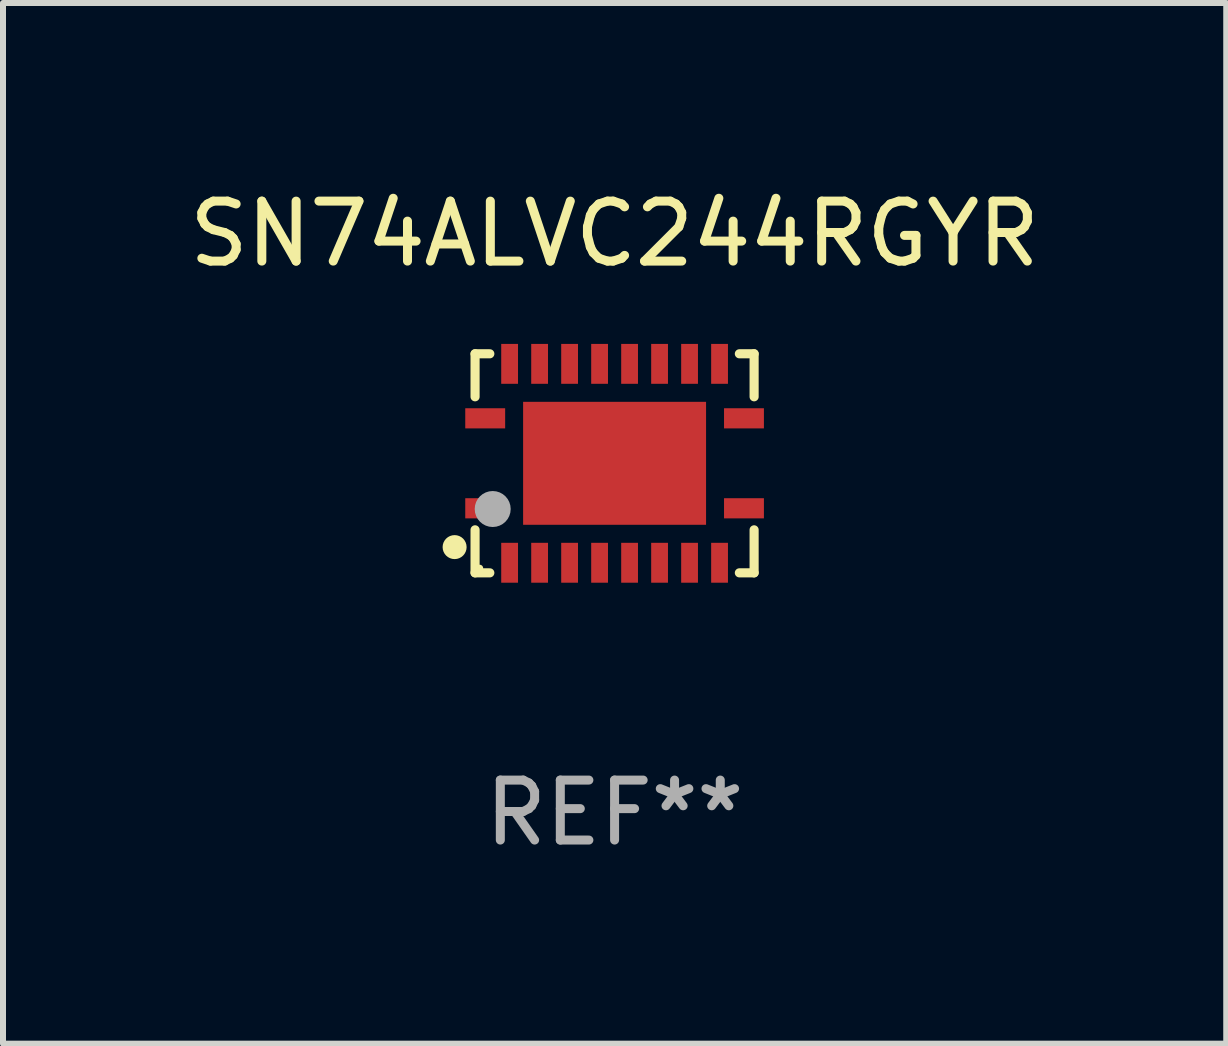
<source format=kicad_pcb>
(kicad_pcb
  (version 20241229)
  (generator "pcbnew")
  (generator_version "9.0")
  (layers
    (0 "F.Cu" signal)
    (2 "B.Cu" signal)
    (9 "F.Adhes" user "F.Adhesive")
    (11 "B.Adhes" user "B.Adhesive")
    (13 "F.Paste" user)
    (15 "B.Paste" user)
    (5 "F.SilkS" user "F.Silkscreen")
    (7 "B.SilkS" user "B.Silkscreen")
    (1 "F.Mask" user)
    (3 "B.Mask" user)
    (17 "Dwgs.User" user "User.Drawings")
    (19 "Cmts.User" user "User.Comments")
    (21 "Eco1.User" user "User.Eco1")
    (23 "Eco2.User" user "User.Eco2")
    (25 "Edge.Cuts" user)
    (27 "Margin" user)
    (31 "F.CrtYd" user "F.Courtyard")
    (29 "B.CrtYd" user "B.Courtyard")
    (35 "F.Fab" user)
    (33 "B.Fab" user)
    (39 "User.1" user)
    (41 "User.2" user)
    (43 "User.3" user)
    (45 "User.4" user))
  (footprint "SN74ALVC244RGYR"
    (layer "F.Cu")
    (at 7.196 4.674)
    (property "Reference" "SN74ALVC244RGYR" (at 0 -3.826 0) (layer "F.SilkS") (effects (font (size 1 1) (thickness 0.15))))
    (attr through_hole)
    (fp_line (start -2.326 -1.826) (end -2.08 -1.826) (stroke (width 0.152) (type solid)) (layer "F.SilkS"))
    (fp_line (start -2.326 -1.109) (end -2.326 -1.826) (stroke (width 0.152) (type solid)) (layer "F.SilkS"))
    (fp_line (start -2.326 1.109) (end -2.326 1.826) (stroke (width 0.152) (type solid)) (layer "F.SilkS"))
    (fp_line (start -2.326 1.826) (end -2.08 1.826) (stroke (width 0.152) (type solid)) (layer "F.SilkS"))
    (fp_line (start 2.326 -1.826) (end 2.08 -1.826) (stroke (width 0.152) (type solid)) (layer "F.SilkS"))
    (fp_line (start 2.326 -1.109) (end 2.326 -1.826) (stroke (width 0.152) (type solid)) (layer "F.SilkS"))
    (fp_line (start 2.326 1.109) (end 2.326 1.826) (stroke (width 0.152) (type solid)) (layer "F.SilkS"))
    (fp_line (start 2.326 1.826) (end 2.08 1.826) (stroke (width 0.152) (type solid)) (layer "F.SilkS"))
    (fp_circle (center -2.667 1.397) (end -2.567 1.397) (stroke (width 0.2) (type solid)) (fill no) (layer "F.SilkS"))
    (fp_circle (center -2.25 1.75) (end -2.22 1.75) (stroke (width 0.06) (type solid)) (fill no) (layer "F.SilkS"))
    (fp_circle (center -2.032 0.762) (end -1.882 0.762) (stroke (width 0.3) (type solid)) (fill no) (layer "F.Fab"))
    (fp_text user "REF**" (at 0 5.826 0) (layer "F.Fab") (effects (font (size 1 1) (thickness 0.15))))
    (pad "1" smd rect (at -2.157 0.75) (size 0.665 0.336) (layers "F.Cu" "F.Mask" "F.Paste"))
    (pad "2" smd rect (at -1.75 1.658) (size 0.28 0.665) (layers "F.Cu" "F.Mask" "F.Paste"))
    (pad "3" smd rect (at -1.25 1.658) (size 0.28 0.665) (layers "F.Cu" "F.Mask" "F.Paste"))
    (pad "4" smd rect (at -0.75 1.658) (size 0.28 0.665) (layers "F.Cu" "F.Mask" "F.Paste"))
    (pad "5" smd rect (at -0.25 1.658) (size 0.28 0.665) (layers "F.Cu" "F.Mask" "F.Paste"))
    (pad "6" smd rect (at 0.25 1.658) (size 0.28 0.665) (layers "F.Cu" "F.Mask" "F.Paste"))
    (pad "7" smd rect (at 0.75 1.658) (size 0.28 0.665) (layers "F.Cu" "F.Mask" "F.Paste"))
    (pad "8" smd rect (at 1.25 1.658) (size 0.28 0.665) (layers "F.Cu" "F.Mask" "F.Paste"))
    (pad "9" smd rect (at 1.75 1.658) (size 0.28 0.665) (layers "F.Cu" "F.Mask" "F.Paste"))
    (pad "10" smd rect (at 2.157 0.75) (size 0.665 0.336) (layers "F.Cu" "F.Mask" "F.Paste"))
    (pad "11" smd rect (at 2.157 -0.75) (size 0.665 0.336) (layers "F.Cu" "F.Mask" "F.Paste"))
    (pad "12" smd rect (at 1.75 -1.658) (size 0.28 0.665) (layers "F.Cu" "F.Mask" "F.Paste"))
    (pad "13" smd rect (at 1.25 -1.658) (size 0.28 0.665) (layers "F.Cu" "F.Mask" "F.Paste"))
    (pad "14" smd rect (at 0.75 -1.658) (size 0.28 0.665) (layers "F.Cu" "F.Mask" "F.Paste"))
    (pad "15" smd rect (at 0.25 -1.658) (size 0.28 0.665) (layers "F.Cu" "F.Mask" "F.Paste"))
    (pad "16" smd rect (at -0.25 -1.658) (size 0.28 0.665) (layers "F.Cu" "F.Mask" "F.Paste"))
    (pad "17" smd rect (at -0.75 -1.658) (size 0.28 0.665) (layers "F.Cu" "F.Mask" "F.Paste"))
    (pad "18" smd rect (at -1.25 -1.658) (size 0.28 0.665) (layers "F.Cu" "F.Mask" "F.Paste"))
    (pad "19" smd rect (at -1.75 -1.658) (size 0.28 0.665) (layers "F.Cu" "F.Mask" "F.Paste"))
    (pad "20" smd rect (at -2.157 -0.75) (size 0.665 0.336) (layers "F.Cu" "F.Mask" "F.Paste"))
    (pad "21" smd rect (at 0 0) (size 3.05 2.05) (layers "F.Cu" "F.Mask" "F.Paste")))
  (gr_rect
    (start -3 -3)
    (end 17.393 14.349)
    (stroke (width 0.1) (type default))
    (fill no)
    (layer "Edge.Cuts")))
</source>
